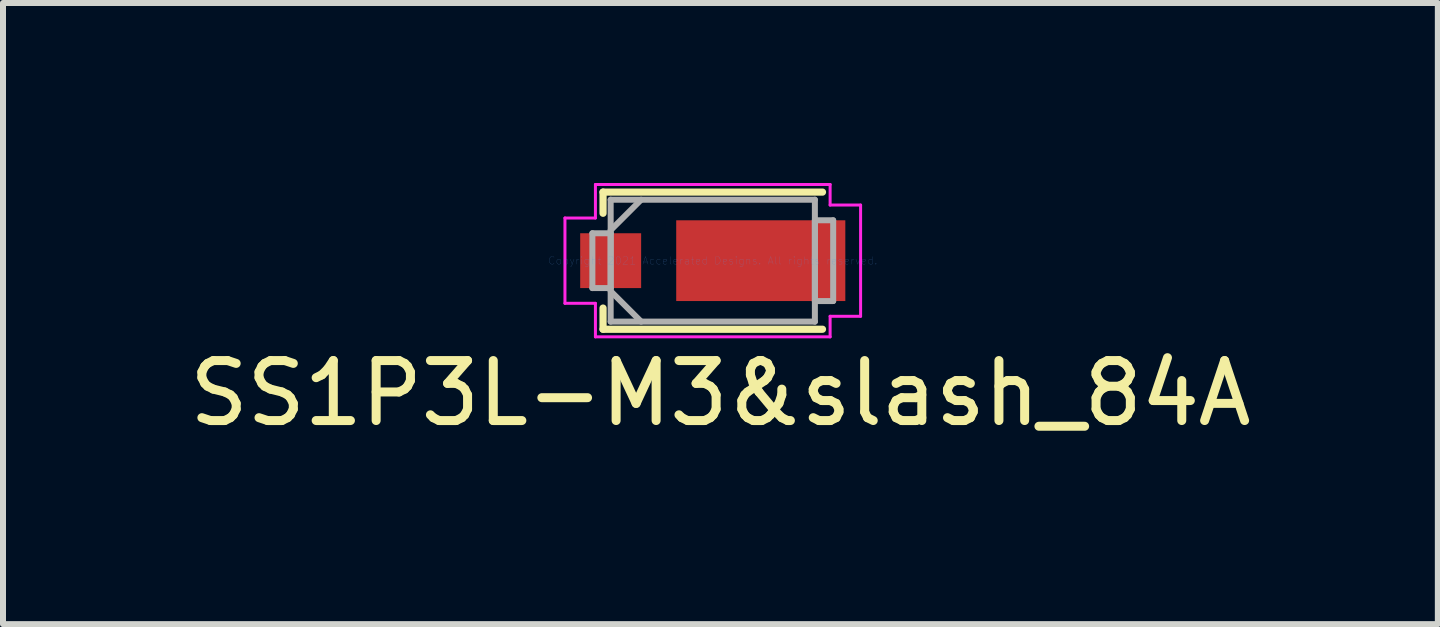
<source format=kicad_pcb>
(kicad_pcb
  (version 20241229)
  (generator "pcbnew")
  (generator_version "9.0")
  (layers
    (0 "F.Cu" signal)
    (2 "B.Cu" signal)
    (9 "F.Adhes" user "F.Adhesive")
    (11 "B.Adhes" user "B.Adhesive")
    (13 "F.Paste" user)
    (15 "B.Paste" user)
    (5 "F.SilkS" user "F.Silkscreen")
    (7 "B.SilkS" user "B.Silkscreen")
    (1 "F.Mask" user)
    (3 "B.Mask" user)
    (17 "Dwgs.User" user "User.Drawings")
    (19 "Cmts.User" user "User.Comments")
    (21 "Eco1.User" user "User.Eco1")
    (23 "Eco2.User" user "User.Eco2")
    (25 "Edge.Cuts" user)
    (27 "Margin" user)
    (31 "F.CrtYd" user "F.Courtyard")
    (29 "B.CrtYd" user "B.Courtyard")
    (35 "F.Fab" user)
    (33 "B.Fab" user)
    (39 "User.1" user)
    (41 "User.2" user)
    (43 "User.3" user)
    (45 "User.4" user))
  (footprint "SS1P3L-M3&slash_84A"
    (layer "F.Cu")
    (at 8.831 1.295)
    (property "Reference" "SS1P3L-M3&slash_84A" (at 0.127 2.21 0) (layer "F.SilkS") (effects (font (size 1 1) (thickness 0.15))))
    (attr through_hole)
    (fp_line (start -1.829 -1.143) (end -1.829 -0.79) (stroke (width 0.12) (type solid)) (layer "F.SilkS"))
    (fp_line (start -1.829 0.79) (end -1.829 1.143) (stroke (width 0.12) (type solid)) (layer "F.SilkS"))
    (fp_line (start -1.829 1.143) (end 1.829 1.143) (stroke (width 0.12) (type solid)) (layer "F.SilkS"))
    (fp_line (start 1.829 -1.143) (end -1.829 -1.143) (stroke (width 0.12) (type solid)) (layer "F.SilkS"))
    (fp_line (start -2.464 -0.711) (end -1.956 -0.711) (stroke (width 0.05) (type solid)) (layer "F.CrtYd"))
    (fp_line (start -2.464 0.711) (end -2.464 -0.711) (stroke (width 0.05) (type solid)) (layer "F.CrtYd"))
    (fp_line (start -1.956 -1.27) (end 1.956 -1.27) (stroke (width 0.05) (type solid)) (layer "F.CrtYd"))
    (fp_line (start -1.956 -0.711) (end -1.956 -1.27) (stroke (width 0.05) (type solid)) (layer "F.CrtYd"))
    (fp_line (start -1.956 0.711) (end -2.464 0.711) (stroke (width 0.05) (type solid)) (layer "F.CrtYd"))
    (fp_line (start -1.956 1.27) (end -1.956 0.711) (stroke (width 0.05) (type solid)) (layer "F.CrtYd"))
    (fp_line (start 1.956 -1.27) (end 1.956 -0.927) (stroke (width 0.05) (type solid)) (layer "F.CrtYd"))
    (fp_line (start 1.956 -0.927) (end 2.464 -0.927) (stroke (width 0.05) (type solid)) (layer "F.CrtYd"))
    (fp_line (start 1.956 0.927) (end 1.956 1.27) (stroke (width 0.05) (type solid)) (layer "F.CrtYd"))
    (fp_line (start 1.956 1.27) (end -1.956 1.27) (stroke (width 0.05) (type solid)) (layer "F.CrtYd"))
    (fp_line (start 2.464 -0.927) (end 2.464 0.927) (stroke (width 0.05) (type solid)) (layer "F.CrtYd"))
    (fp_line (start 2.464 0.927) (end 1.956 0.927) (stroke (width 0.05) (type solid)) (layer "F.CrtYd"))
    (fp_line (start -2.007 -0.457) (end -2.007 0.457) (stroke (width 0.1) (type solid)) (layer "F.Fab"))
    (fp_line (start -2.007 0.457) (end -1.702 0.457) (stroke (width 0.1) (type solid)) (layer "F.Fab"))
    (fp_line (start -1.702 -1.016) (end -1.702 1.016) (stroke (width 0.1) (type solid)) (layer "F.Fab"))
    (fp_line (start -1.702 -0.508) (end -1.194 -1.016) (stroke (width 0.1) (type solid)) (layer "F.Fab"))
    (fp_line (start -1.702 -0.457) (end -2.007 -0.457) (stroke (width 0.1) (type solid)) (layer "F.Fab"))
    (fp_line (start -1.702 0.457) (end -1.702 -0.457) (stroke (width 0.1) (type solid)) (layer "F.Fab"))
    (fp_line (start -1.702 0.508) (end -1.194 1.016) (stroke (width 0.1) (type solid)) (layer "F.Fab"))
    (fp_line (start -1.702 1.016) (end 1.702 1.016) (stroke (width 0.1) (type solid)) (layer "F.Fab"))
    (fp_line (start 1.702 -1.016) (end -1.702 -1.016) (stroke (width 0.1) (type solid)) (layer "F.Fab"))
    (fp_line (start 1.702 -0.673) (end 1.702 0.673) (stroke (width 0.1) (type solid)) (layer "F.Fab"))
    (fp_line (start 1.702 0.673) (end 2.007 0.673) (stroke (width 0.1) (type solid)) (layer "F.Fab"))
    (fp_line (start 1.702 1.016) (end 1.702 -1.016) (stroke (width 0.1) (type solid)) (layer "F.Fab"))
    (fp_line (start 2.007 -0.673) (end 1.702 -0.673) (stroke (width 0.1) (type solid)) (layer "F.Fab"))
    (fp_line (start 2.007 0.673) (end 2.007 -0.673) (stroke (width 0.1) (type solid)) (layer "F.Fab"))
    (fp_text user "Copyright 2021 Accelerated Designs. All rights reserved." (at 0 0 0) (layer "Cmts.User") (effects (font (size 0.127 0.127) (thickness 0.002))))
    (pad "1" smd rect (at 0.8 0) (size 2.819 1.346) (layers "F.Cu" "F.Mask" "F.Paste"))
    (pad "2" smd rect (at -1.702 0) (size 1.016 0.914) (layers "F.Cu" "F.Mask" "F.Paste")))
  (gr_rect
    (start -3 -3)
    (end 20.917 7.353)
    (stroke (width 0.1) (type default))
    (fill no)
    (layer "Edge.Cuts")))
</source>
